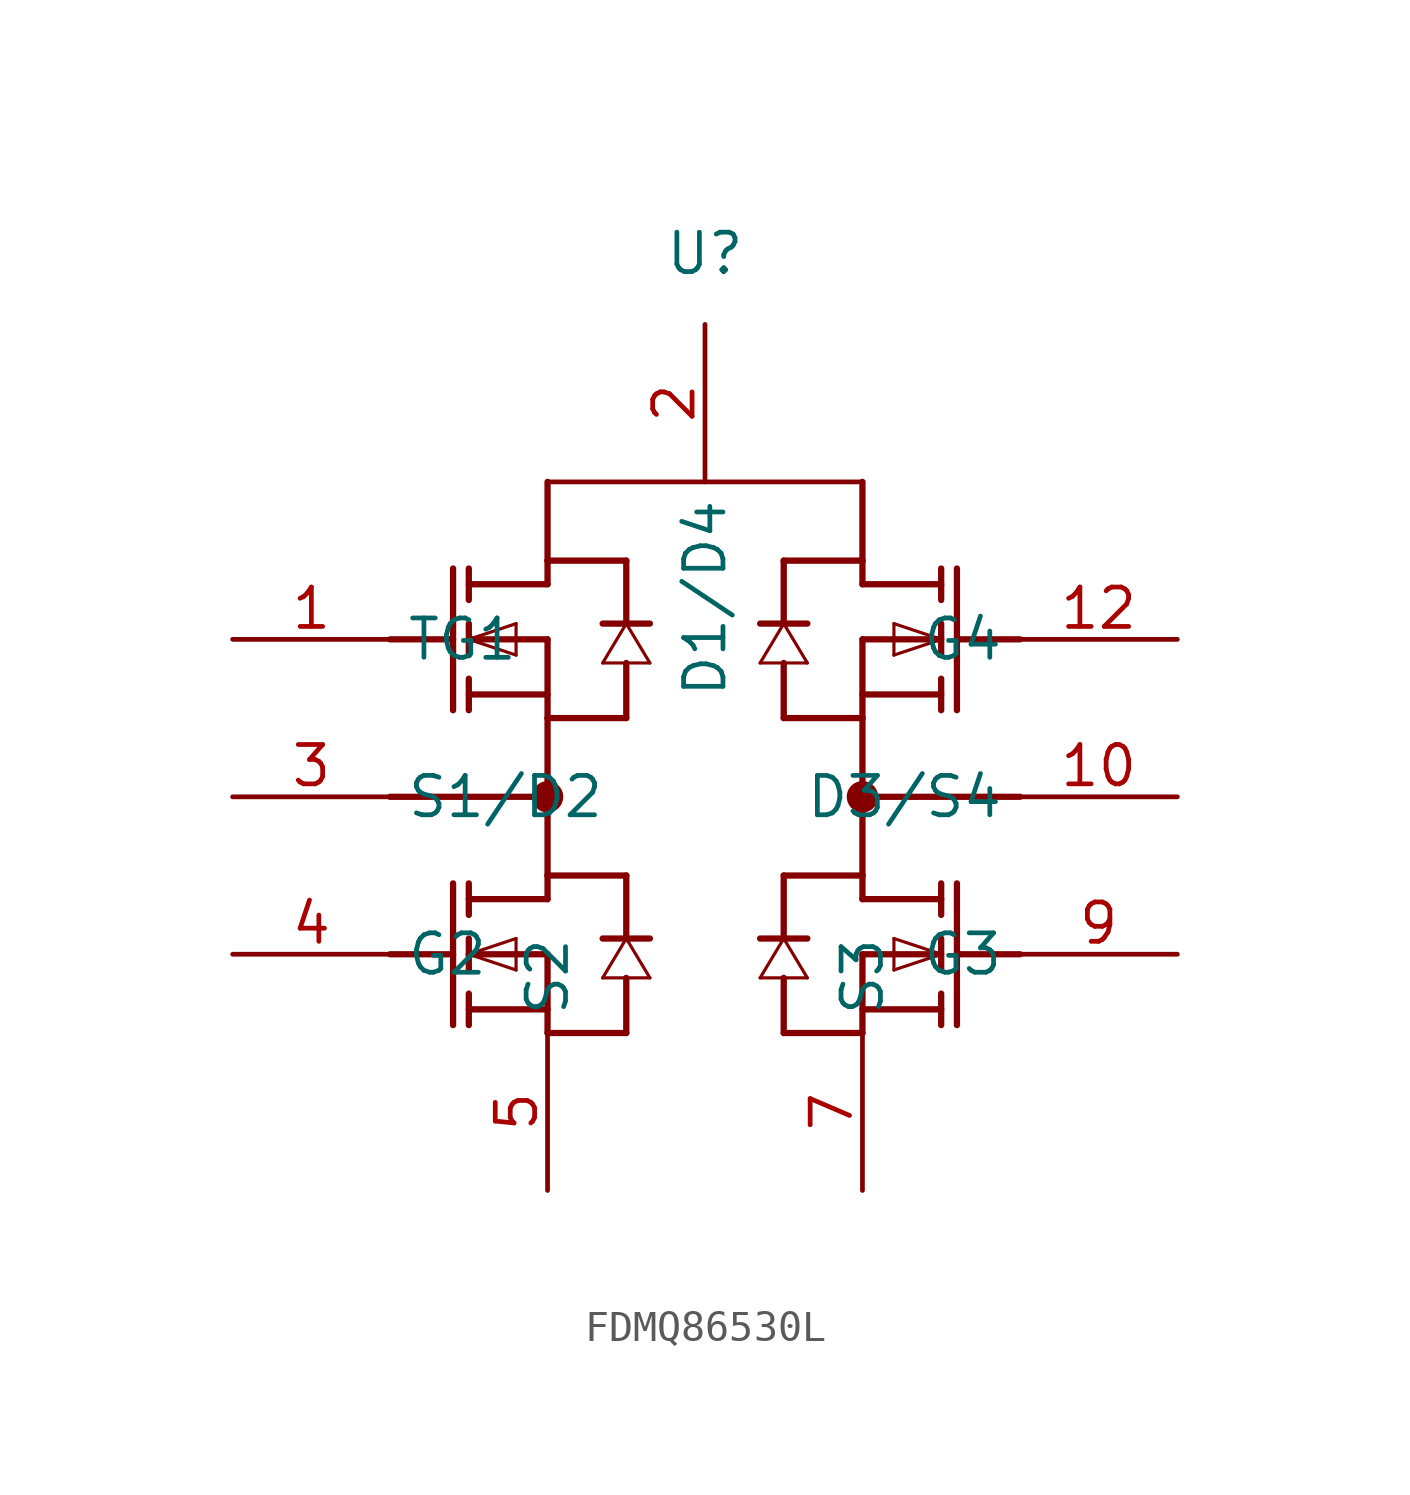
<source format=kicad_sym>
(kicad_symbol_lib
  (version 20231120)
  (generator "kicad_symbol_editor")
  (generator_version "8.0")
  (symbol "FDMQ86530L"
    (property "Reference" "U"
      (at 0 17.526 0)
      (effects (font (size 1.27 1.27))))
    (property "Value" ""
      (at -5.08 0 0)
      (effects (font (size 1.27 1.27))))
    (symbol "FDMQ86530L_0_1"
      (circle (center -5.08 0) (radius 0.254) (stroke (width 0.508) (type default)) (fill (type none)))
      (polyline (pts (xy -10.16 -5.08) (xy -8.128 -5.08)) (stroke (width 0.203) (type default)) (fill (type none)))
      (polyline (pts (xy -10.16 0) (xy -5.08 0)) (stroke (width 0.203) (type default)) (fill (type none)))
      (polyline (pts (xy -10.16 5.08) (xy -8.128 5.08)) (stroke (width 0.203) (type default)) (fill (type none)))
      (polyline (pts (xy -8.128 -2.794) (xy -8.128 -7.366)) (stroke (width 0.203) (type default)) (fill (type none)))
      (polyline (pts (xy -8.128 7.366) (xy -8.128 2.794)) (stroke (width 0.203) (type default)) (fill (type none)))
      (polyline (pts (xy -7.62 -7.366) (xy -7.62 -6.35)) (stroke (width 0.203) (type default)) (fill (type none)))
      (polyline (pts (xy -7.62 -5.588) (xy -7.62 -4.572)) (stroke (width 0.203) (type default)) (fill (type none)))
      (polyline (pts (xy -7.62 -5.08) (xy -6.096 -5.588)) (stroke (width 0.102) (type default)) (fill (type none)))
      (polyline (pts (xy -7.62 -2.794) (xy -7.62 -3.81)) (stroke (width 0.203) (type default)) (fill (type none)))
      (polyline (pts (xy -7.62 2.794) (xy -7.62 3.81)) (stroke (width 0.203) (type default)) (fill (type none)))
      (polyline (pts (xy -7.62 4.572) (xy -7.62 5.588)) (stroke (width 0.203) (type default)) (fill (type none)))
      (polyline (pts (xy -7.62 5.08) (xy -6.096 4.572)) (stroke (width 0.102) (type default)) (fill (type none)))
      (polyline (pts (xy -7.62 7.366) (xy -7.62 6.35)) (stroke (width 0.203) (type default)) (fill (type none)))
      (polyline (pts (xy -6.096 -5.588) (xy -6.096 -4.572)) (stroke (width 0.102) (type default)) (fill (type none)))
      (polyline (pts (xy -6.096 -4.572) (xy -7.62 -5.08)) (stroke (width 0.102) (type default)) (fill (type none)))
      (polyline (pts (xy -6.096 4.572) (xy -6.096 5.588)) (stroke (width 0.102) (type default)) (fill (type none)))
      (polyline (pts (xy -6.096 5.588) (xy -7.62 5.08)) (stroke (width 0.102) (type default)) (fill (type none)))
      (polyline (pts (xy -5.08 -7.62) (xy -2.54 -7.62)) (stroke (width 0.203) (type default)) (fill (type none)))
      (polyline (pts (xy -5.08 -6.858) (xy -7.62 -6.858)) (stroke (width 0.203) (type default)) (fill (type none)))
      (polyline (pts (xy -5.08 -5.08) (xy -7.62 -5.08)) (stroke (width 0.203) (type default)) (fill (type none)))
      (polyline (pts (xy -5.08 -5.08) (xy -5.08 -7.62)) (stroke (width 0.203) (type default)) (fill (type none)))
      (polyline (pts (xy -5.08 -3.302) (xy -7.62 -3.302)) (stroke (width 0.203) (type default)) (fill (type none)))
      (polyline (pts (xy -5.08 -3.302) (xy -5.08 -2.54)) (stroke (width 0.203) (type default)) (fill (type none)))
      (polyline (pts (xy -5.08 -2.54) (xy -5.08 2.54)) (stroke (width 0.203) (type default)) (fill (type none)))
      (polyline (pts (xy -5.08 -2.54) (xy -2.54 -2.54)) (stroke (width 0.203) (type default)) (fill (type none)))
      (polyline (pts (xy -5.08 2.54) (xy -2.54 2.54)) (stroke (width 0.203) (type default)) (fill (type none)))
      (polyline (pts (xy -5.08 3.302) (xy -7.62 3.302)) (stroke (width 0.203) (type default)) (fill (type none)))
      (polyline (pts (xy -5.08 5.08) (xy -7.62 5.08)) (stroke (width 0.203) (type default)) (fill (type none)))
      (polyline (pts (xy -5.08 5.08) (xy -5.08 2.54)) (stroke (width 0.203) (type default)) (fill (type none)))
      (polyline (pts (xy -5.08 6.858) (xy -7.62 6.858)) (stroke (width 0.203) (type default)) (fill (type none)))
      (polyline (pts (xy -5.08 6.858) (xy -5.08 7.62)) (stroke (width 0.203) (type default)) (fill (type none)))
      (polyline (pts (xy -5.08 7.62) (xy -2.54 7.62)) (stroke (width 0.203) (type default)) (fill (type none)))
      (polyline (pts (xy -5.08 10.16) (xy -5.08 7.62)) (stroke (width 0.203) (type default)) (fill (type none)))
      (polyline (pts (xy -5.08 10.16) (xy 5.08 10.16)) (stroke (width 0) (type default)) (fill (type none)))
      (polyline (pts (xy -3.302 -5.842) (xy -1.778 -5.842)) (stroke (width 0.102) (type default)) (fill (type none)))
      (polyline (pts (xy -3.302 -4.572) (xy -1.778 -4.572)) (stroke (width 0.203) (type default)) (fill (type none)))
      (polyline (pts (xy -3.302 4.318) (xy -1.778 4.318)) (stroke (width 0.102) (type default)) (fill (type none)))
      (polyline (pts (xy -3.302 5.588) (xy -1.778 5.588)) (stroke (width 0.203) (type default)) (fill (type none)))
      (polyline (pts (xy -2.54 -7.62) (xy -2.54 -5.842)) (stroke (width 0.203) (type default)) (fill (type none)))
      (polyline (pts (xy -2.54 -4.572) (xy -3.302 -5.842)) (stroke (width 0.102) (type default)) (fill (type none)))
      (polyline (pts (xy -2.54 -2.54) (xy -2.54 -4.572)) (stroke (width 0.203) (type default)) (fill (type none)))
      (polyline (pts (xy -2.54 2.54) (xy -2.54 4.318)) (stroke (width 0.203) (type default)) (fill (type none)))
      (polyline (pts (xy -2.54 5.588) (xy -3.302 4.318)) (stroke (width 0.102) (type default)) (fill (type none)))
      (polyline (pts (xy -2.54 7.62) (xy -2.54 5.588)) (stroke (width 0.203) (type default)) (fill (type none)))
      (polyline (pts (xy -1.778 -5.842) (xy -2.54 -4.572)) (stroke (width 0.102) (type default)) (fill (type none)))
      (polyline (pts (xy -1.778 4.318) (xy -2.54 5.588)) (stroke (width 0.102) (type default)) (fill (type none)))
      (polyline (pts (xy 1.778 -5.842) (xy 2.54 -4.572)) (stroke (width 0.102) (type default)) (fill (type none)))
      (polyline (pts (xy 1.778 4.318) (xy 2.54 5.588)) (stroke (width 0.102) (type default)) (fill (type none)))
      (polyline (pts (xy 2.54 -7.62) (xy 2.54 -5.842)) (stroke (width 0.203) (type default)) (fill (type none)))
      (polyline (pts (xy 2.54 -4.572) (xy 3.302 -5.842)) (stroke (width 0.102) (type default)) (fill (type none)))
      (polyline (pts (xy 2.54 -2.54) (xy 2.54 -4.572)) (stroke (width 0.203) (type default)) (fill (type none)))
      (polyline (pts (xy 2.54 2.54) (xy 2.54 4.318)) (stroke (width 0.203) (type default)) (fill (type none)))
      (polyline (pts (xy 2.54 5.588) (xy 3.302 4.318)) (stroke (width 0.102) (type default)) (fill (type none)))
      (polyline (pts (xy 2.54 7.62) (xy 2.54 5.588)) (stroke (width 0.203) (type default)) (fill (type none)))
      (polyline (pts (xy 3.302 -5.842) (xy 1.778 -5.842)) (stroke (width 0.102) (type default)) (fill (type none)))
      (polyline (pts (xy 3.302 -4.572) (xy 1.778 -4.572)) (stroke (width 0.203) (type default)) (fill (type none)))
      (polyline (pts (xy 3.302 4.318) (xy 1.778 4.318)) (stroke (width 0.102) (type default)) (fill (type none)))
      (polyline (pts (xy 3.302 5.588) (xy 1.778 5.588)) (stroke (width 0.203) (type default)) (fill (type none)))
      (polyline (pts (xy 5.08 -7.62) (xy 2.54 -7.62)) (stroke (width 0.203) (type default)) (fill (type none)))
      (polyline (pts (xy 5.08 -6.858) (xy 7.62 -6.858)) (stroke (width 0.203) (type default)) (fill (type none)))
      (polyline (pts (xy 5.08 -5.08) (xy 5.08 -7.62)) (stroke (width 0.203) (type default)) (fill (type none)))
      (polyline (pts (xy 5.08 -5.08) (xy 7.62 -5.08)) (stroke (width 0.203) (type default)) (fill (type none)))
      (polyline (pts (xy 5.08 -3.302) (xy 5.08 -2.54)) (stroke (width 0.203) (type default)) (fill (type none)))
      (polyline (pts (xy 5.08 -3.302) (xy 7.62 -3.302)) (stroke (width 0.203) (type default)) (fill (type none)))
      (polyline (pts (xy 5.08 -2.54) (xy 2.54 -2.54)) (stroke (width 0.203) (type default)) (fill (type none)))
      (polyline (pts (xy 5.08 -2.54) (xy 5.08 2.54)) (stroke (width 0.203) (type default)) (fill (type none)))
      (polyline (pts (xy 5.08 2.54) (xy 2.54 2.54)) (stroke (width 0.203) (type default)) (fill (type none)))
      (polyline (pts (xy 5.08 3.302) (xy 7.62 3.302)) (stroke (width 0.203) (type default)) (fill (type none)))
      (polyline (pts (xy 5.08 5.08) (xy 5.08 2.54)) (stroke (width 0.203) (type default)) (fill (type none)))
      (polyline (pts (xy 5.08 5.08) (xy 7.62 5.08)) (stroke (width 0.203) (type default)) (fill (type none)))
      (polyline (pts (xy 5.08 6.858) (xy 5.08 7.62)) (stroke (width 0.203) (type default)) (fill (type none)))
      (polyline (pts (xy 5.08 6.858) (xy 7.62 6.858)) (stroke (width 0.203) (type default)) (fill (type none)))
      (polyline (pts (xy 5.08 7.62) (xy 2.54 7.62)) (stroke (width 0.203) (type default)) (fill (type none)))
      (polyline (pts (xy 5.08 10.16) (xy 5.08 7.62)) (stroke (width 0.203) (type default)) (fill (type none)))
      (polyline (pts (xy 6.096 -5.588) (xy 6.096 -4.572)) (stroke (width 0.102) (type default)) (fill (type none)))
      (polyline (pts (xy 6.096 -4.572) (xy 7.62 -5.08)) (stroke (width 0.102) (type default)) (fill (type none)))
      (polyline (pts (xy 6.096 4.572) (xy 6.096 5.588)) (stroke (width 0.102) (type default)) (fill (type none)))
      (polyline (pts (xy 6.096 5.588) (xy 7.62 5.08)) (stroke (width 0.102) (type default)) (fill (type none)))
      (polyline (pts (xy 7.62 -7.366) (xy 7.62 -6.35)) (stroke (width 0.203) (type default)) (fill (type none)))
      (polyline (pts (xy 7.62 -5.588) (xy 7.62 -4.572)) (stroke (width 0.203) (type default)) (fill (type none)))
      (polyline (pts (xy 7.62 -5.08) (xy 6.096 -5.588)) (stroke (width 0.102) (type default)) (fill (type none)))
      (polyline (pts (xy 7.62 -2.794) (xy 7.62 -3.81)) (stroke (width 0.203) (type default)) (fill (type none)))
      (polyline (pts (xy 7.62 2.794) (xy 7.62 3.81)) (stroke (width 0.203) (type default)) (fill (type none)))
      (polyline (pts (xy 7.62 4.572) (xy 7.62 5.588)) (stroke (width 0.203) (type default)) (fill (type none)))
      (polyline (pts (xy 7.62 5.08) (xy 6.096 4.572)) (stroke (width 0.102) (type default)) (fill (type none)))
      (polyline (pts (xy 7.62 7.366) (xy 7.62 6.35)) (stroke (width 0.203) (type default)) (fill (type none)))
      (polyline (pts (xy 8.128 -2.794) (xy 8.128 -7.366)) (stroke (width 0.203) (type default)) (fill (type none)))
      (polyline (pts (xy 8.128 7.366) (xy 8.128 2.794)) (stroke (width 0.203) (type default)) (fill (type none)))
      (polyline (pts (xy 10.16 -5.08) (xy 8.128 -5.08)) (stroke (width 0.203) (type default)) (fill (type none)))
      (polyline (pts (xy 10.16 0) (xy 5.08 0)) (stroke (width 0.203) (type default)) (fill (type none)))
      (polyline (pts (xy 10.16 5.08) (xy 8.128 5.08)) (stroke (width 0.203) (type default)) (fill (type none)))
      (circle (center 5.08 0) (radius 0.254) (stroke (width 0.508) (type default)) (fill (type none))))
    (symbol "FDMQ86530L_1_1"
      (pin power_in line (at -15.24 5.08 0) (length 5.08) (name "TG1" (effects (font (size 1.27 1.27)))) (number "1" (effects (font (size 1.27 1.27)))))
      (pin power_out line (at 15.24 0 180) (length 5.08) (name "D3/S4" (effects (font (size 1.27 1.27)))) (number "10" (effects (font (size 1.27 1.27)))))
      (pin unspecified line (at 0 15.24 270) (length 5.08) hide (name "D1/D4" (effects (font (size 1.27 1.27)))) (number "11" (effects (font (size 1.27 1.27)))))
      (pin power_in line (at 15.24 5.08 180) (length 5.08) (name "G4" (effects (font (size 1.27 1.27)))) (number "12" (effects (font (size 1.27 1.27)))))
      (pin power_in line (at 0 15.24 270) (length 5.08) (name "D1/D4" (effects (font (size 1.27 1.27)))) (number "2" (effects (font (size 1.27 1.27)))))
      (pin power_out line (at -15.24 0 0) (length 5.08) (name "S1/D2" (effects (font (size 1.27 1.27)))) (number "3" (effects (font (size 1.27 1.27)))))
      (pin unspecified line (at -15.24 -5.08 0) (length 5.08) (name "G2" (effects (font (size 1.27 1.27)))) (number "4" (effects (font (size 1.27 1.27)))))
      (pin power_in line (at -5.08 -12.7 90) (length 5.08) (name "S2" (effects (font (size 1.27 1.27)))) (number "5" (effects (font (size 1.27 1.27)))))
      (pin power_in line (at -5.08 -12.7 90) (length 5.08) hide (name "PGND" (effects (font (size 1.27 1.27)))) (number "6" (effects (font (size 1.27 1.27)))))
      (pin power_in line (at 5.08 -12.7 90) (length 5.08) (name "S3" (effects (font (size 1.27 1.27)))) (number "7" (effects (font (size 1.27 1.27)))))
      (pin power_in line (at 5.08 -12.7 90) (length 5.08) hide (name "S3" (effects (font (size 1.27 1.27)))) (number "8" (effects (font (size 1.27 1.27)))))
      (pin power_in line (at 15.24 -5.08 180) (length 5.08) (name "G3" (effects (font (size 1.27 1.27)))) (number "9" (effects (font (size 1.27 1.27))))))))
</source>
